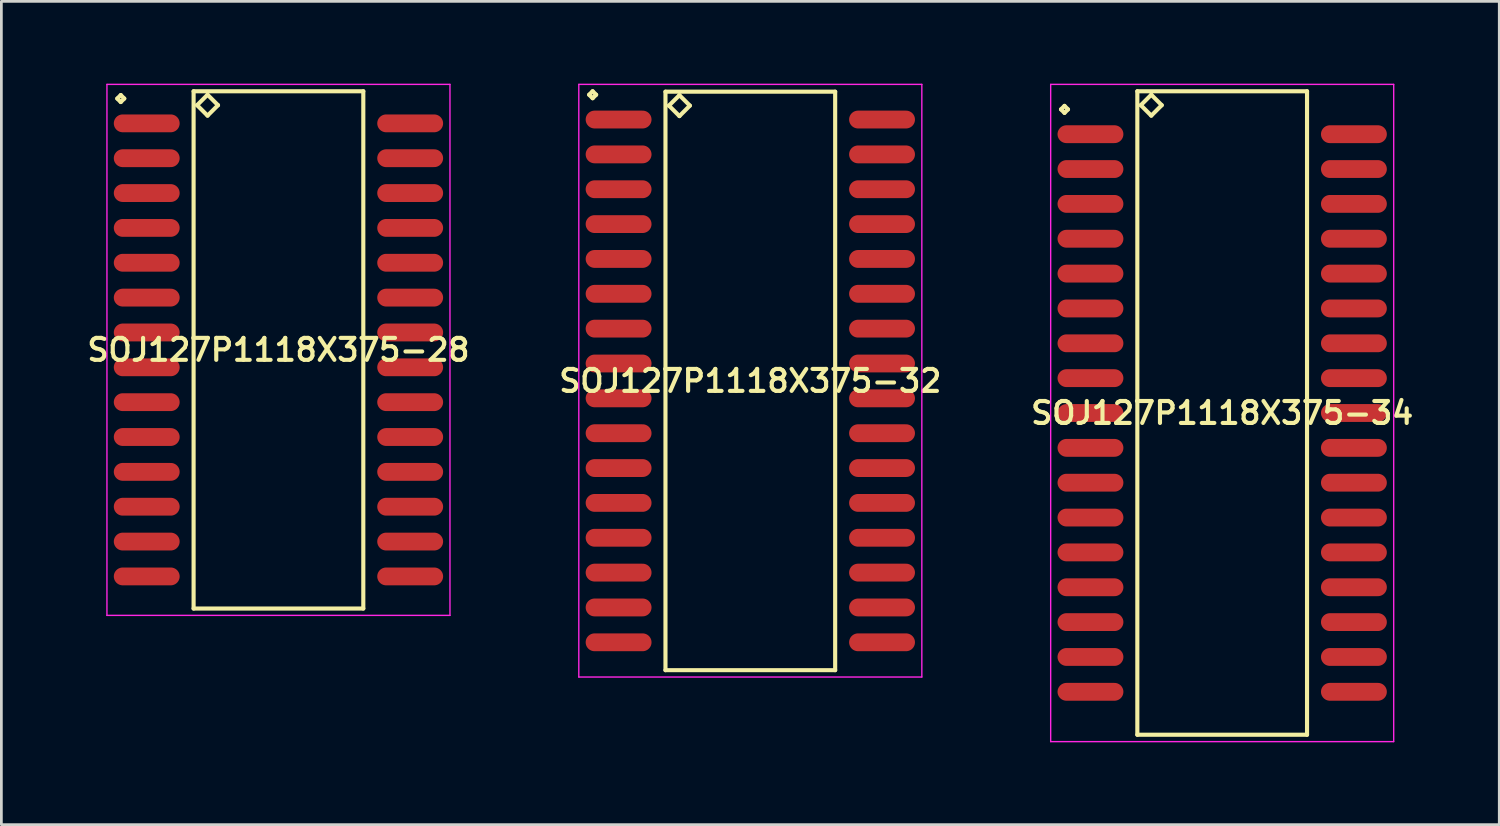
<source format=kicad_pcb>
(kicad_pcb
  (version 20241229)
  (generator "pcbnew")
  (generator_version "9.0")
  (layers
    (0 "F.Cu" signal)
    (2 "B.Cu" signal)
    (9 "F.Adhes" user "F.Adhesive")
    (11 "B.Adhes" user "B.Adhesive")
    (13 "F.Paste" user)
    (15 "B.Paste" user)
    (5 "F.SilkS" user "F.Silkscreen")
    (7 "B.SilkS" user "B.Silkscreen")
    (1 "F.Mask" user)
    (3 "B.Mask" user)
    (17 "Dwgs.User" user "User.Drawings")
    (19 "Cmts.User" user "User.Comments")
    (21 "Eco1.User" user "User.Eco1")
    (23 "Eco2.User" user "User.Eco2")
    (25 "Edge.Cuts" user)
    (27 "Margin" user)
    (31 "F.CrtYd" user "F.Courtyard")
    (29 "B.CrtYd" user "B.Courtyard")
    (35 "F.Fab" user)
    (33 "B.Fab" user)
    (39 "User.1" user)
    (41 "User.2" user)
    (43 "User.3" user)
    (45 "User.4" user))
  (footprint "SOJ127P1118X375-28"
    (layer "F.Cu")
    (at 7.097 9.7)
    (property "Reference" "SOJ127P1118X375-28" (at 0 0 0) (layer "F.SilkS") (effects (font (size 0.8 0.8) (thickness 0.15))))
    (attr smd)
    (fp_line (start -5.873 -9.159) (end -5.746 -9.286) (stroke (width 0.15) (type solid)) (layer "F.SilkS"))
    (fp_line (start -5.746 -9.286) (end -5.619 -9.159) (stroke (width 0.15) (type solid)) (layer "F.SilkS"))
    (fp_line (start -5.746 -9.032) (end -5.873 -9.159) (stroke (width 0.15) (type solid)) (layer "F.SilkS"))
    (fp_line (start -5.619 -9.159) (end -5.746 -9.032) (stroke (width 0.15) (type solid)) (layer "F.SilkS"))
    (fp_line (start -3.092 -9.425) (end -3.092 9.425) (stroke (width 0.15) (type solid)) (layer "F.SilkS"))
    (fp_line (start -3.092 9.425) (end 3.092 9.425) (stroke (width 0.15) (type solid)) (layer "F.SilkS"))
    (fp_line (start -2.965 -8.917) (end -2.584 -9.298) (stroke (width 0.15) (type solid)) (layer "F.SilkS"))
    (fp_line (start -2.584 -9.298) (end -2.203 -8.917) (stroke (width 0.15) (type solid)) (layer "F.SilkS"))
    (fp_line (start -2.584 -8.536) (end -2.965 -8.917) (stroke (width 0.15) (type solid)) (layer "F.SilkS"))
    (fp_line (start -2.203 -8.917) (end -2.584 -8.536) (stroke (width 0.15) (type solid)) (layer "F.SilkS"))
    (fp_line (start 3.092 -9.425) (end -3.092 -9.425) (stroke (width 0.15) (type solid)) (layer "F.SilkS"))
    (fp_line (start 3.092 9.425) (end 3.092 -9.425) (stroke (width 0.15) (type solid)) (layer "F.SilkS"))
    (fp_line (start -6.25 -9.675) (end 6.25 -9.675) (stroke (width 0.05) (type solid)) (layer "F.CrtYd"))
    (fp_line (start -6.25 9.675) (end -6.25 -9.675) (stroke (width 0.05) (type solid)) (layer "F.CrtYd"))
    (fp_line (start 6.25 -9.675) (end 6.25 9.675) (stroke (width 0.05) (type solid)) (layer "F.CrtYd"))
    (fp_line (start 6.25 9.675) (end -6.25 9.675) (stroke (width 0.05) (type solid)) (layer "F.CrtYd"))
    (pad "1" smd oval (at -4.8 -8.255) (size 2.4 0.65) (layers "F.Cu" "F.Mask" "F.Paste"))
    (pad "2" smd oval (at -4.8 -6.985) (size 2.4 0.65) (layers "F.Cu" "F.Mask" "F.Paste"))
    (pad "3" smd oval (at -4.8 -5.715) (size 2.4 0.65) (layers "F.Cu" "F.Mask" "F.Paste"))
    (pad "4" smd oval (at -4.8 -4.445) (size 2.4 0.65) (layers "F.Cu" "F.Mask" "F.Paste"))
    (pad "5" smd oval (at -4.8 -3.175) (size 2.4 0.65) (layers "F.Cu" "F.Mask" "F.Paste"))
    (pad "6" smd oval (at -4.8 -1.905) (size 2.4 0.65) (layers "F.Cu" "F.Mask" "F.Paste"))
    (pad "7" smd oval (at -4.8 -0.635) (size 2.4 0.65) (layers "F.Cu" "F.Mask" "F.Paste"))
    (pad "8" smd oval (at -4.8 0.635) (size 2.4 0.65) (layers "F.Cu" "F.Mask" "F.Paste"))
    (pad "9" smd oval (at -4.8 1.905) (size 2.4 0.65) (layers "F.Cu" "F.Mask" "F.Paste"))
    (pad "10" smd oval (at -4.8 3.175) (size 2.4 0.65) (layers "F.Cu" "F.Mask" "F.Paste"))
    (pad "11" smd oval (at -4.8 4.445) (size 2.4 0.65) (layers "F.Cu" "F.Mask" "F.Paste"))
    (pad "12" smd oval (at -4.8 5.715) (size 2.4 0.65) (layers "F.Cu" "F.Mask" "F.Paste"))
    (pad "13" smd oval (at -4.8 6.985) (size 2.4 0.65) (layers "F.Cu" "F.Mask" "F.Paste"))
    (pad "14" smd oval (at -4.8 8.255) (size 2.4 0.65) (layers "F.Cu" "F.Mask" "F.Paste"))
    (pad "15" smd oval (at 4.8 8.255) (size 2.4 0.65) (layers "F.Cu" "F.Mask" "F.Paste"))
    (pad "16" smd oval (at 4.8 6.985) (size 2.4 0.65) (layers "F.Cu" "F.Mask" "F.Paste"))
    (pad "17" smd oval (at 4.8 5.715) (size 2.4 0.65) (layers "F.Cu" "F.Mask" "F.Paste"))
    (pad "18" smd oval (at 4.8 4.445) (size 2.4 0.65) (layers "F.Cu" "F.Mask" "F.Paste"))
    (pad "19" smd oval (at 4.8 3.175) (size 2.4 0.65) (layers "F.Cu" "F.Mask" "F.Paste"))
    (pad "20" smd oval (at 4.8 1.905) (size 2.4 0.65) (layers "F.Cu" "F.Mask" "F.Paste"))
    (pad "21" smd oval (at 4.8 0.635) (size 2.4 0.65) (layers "F.Cu" "F.Mask" "F.Paste"))
    (pad "22" smd oval (at 4.8 -0.635) (size 2.4 0.65) (layers "F.Cu" "F.Mask" "F.Paste"))
    (pad "23" smd oval (at 4.8 -1.905) (size 2.4 0.65) (layers "F.Cu" "F.Mask" "F.Paste"))
    (pad "24" smd oval (at 4.8 -3.175) (size 2.4 0.65) (layers "F.Cu" "F.Mask" "F.Paste"))
    (pad "25" smd oval (at 4.8 -4.445) (size 2.4 0.65) (layers "F.Cu" "F.Mask" "F.Paste"))
    (pad "26" smd oval (at 4.8 -5.715) (size 2.4 0.65) (layers "F.Cu" "F.Mask" "F.Paste"))
    (pad "27" smd oval (at 4.8 -6.985) (size 2.4 0.65) (layers "F.Cu" "F.Mask" "F.Paste"))
    (pad "28" smd oval (at 4.8 -8.255) (size 2.4 0.65) (layers "F.Cu" "F.Mask" "F.Paste")))
  (footprint "SOJ127P1118X375-34"
    (layer "F.Cu")
    (at 41.487 12)
    (property "Reference" "SOJ127P1118X375-34" (at 0 0 0) (layer "F.SilkS") (effects (font (size 0.8 0.8) (thickness 0.15))))
    (attr smd)
    (fp_line (start -5.873 -11.064) (end -5.746 -11.191) (stroke (width 0.15) (type solid)) (layer "F.SilkS"))
    (fp_line (start -5.746 -11.191) (end -5.619 -11.064) (stroke (width 0.15) (type solid)) (layer "F.SilkS"))
    (fp_line (start -5.746 -10.937) (end -5.873 -11.064) (stroke (width 0.15) (type solid)) (layer "F.SilkS"))
    (fp_line (start -5.619 -11.064) (end -5.746 -10.937) (stroke (width 0.15) (type solid)) (layer "F.SilkS"))
    (fp_line (start -3.092 -11.725) (end -3.092 11.725) (stroke (width 0.15) (type solid)) (layer "F.SilkS"))
    (fp_line (start -3.092 11.725) (end 3.092 11.725) (stroke (width 0.15) (type solid)) (layer "F.SilkS"))
    (fp_line (start -2.965 -11.217) (end -2.584 -11.598) (stroke (width 0.15) (type solid)) (layer "F.SilkS"))
    (fp_line (start -2.584 -11.598) (end -2.203 -11.217) (stroke (width 0.15) (type solid)) (layer "F.SilkS"))
    (fp_line (start -2.584 -10.836) (end -2.965 -11.217) (stroke (width 0.15) (type solid)) (layer "F.SilkS"))
    (fp_line (start -2.203 -11.217) (end -2.584 -10.836) (stroke (width 0.15) (type solid)) (layer "F.SilkS"))
    (fp_line (start 3.092 -11.725) (end -3.092 -11.725) (stroke (width 0.15) (type solid)) (layer "F.SilkS"))
    (fp_line (start 3.092 11.725) (end 3.092 -11.725) (stroke (width 0.15) (type solid)) (layer "F.SilkS"))
    (fp_line (start -6.25 -11.975) (end 6.25 -11.975) (stroke (width 0.05) (type solid)) (layer "F.CrtYd"))
    (fp_line (start -6.25 11.975) (end -6.25 -11.975) (stroke (width 0.05) (type solid)) (layer "F.CrtYd"))
    (fp_line (start 6.25 -11.975) (end 6.25 11.975) (stroke (width 0.05) (type solid)) (layer "F.CrtYd"))
    (fp_line (start 6.25 11.975) (end -6.25 11.975) (stroke (width 0.05) (type solid)) (layer "F.CrtYd"))
    (pad "1" smd oval (at -4.8 -10.16) (size 2.4 0.65) (layers "F.Cu" "F.Mask" "F.Paste"))
    (pad "2" smd oval (at -4.8 -8.89) (size 2.4 0.65) (layers "F.Cu" "F.Mask" "F.Paste"))
    (pad "3" smd oval (at -4.8 -7.62) (size 2.4 0.65) (layers "F.Cu" "F.Mask" "F.Paste"))
    (pad "4" smd oval (at -4.8 -6.35) (size 2.4 0.65) (layers "F.Cu" "F.Mask" "F.Paste"))
    (pad "5" smd oval (at -4.8 -5.08) (size 2.4 0.65) (layers "F.Cu" "F.Mask" "F.Paste"))
    (pad "6" smd oval (at -4.8 -3.81) (size 2.4 0.65) (layers "F.Cu" "F.Mask" "F.Paste"))
    (pad "7" smd oval (at -4.8 -2.54) (size 2.4 0.65) (layers "F.Cu" "F.Mask" "F.Paste"))
    (pad "8" smd oval (at -4.8 -1.27) (size 2.4 0.65) (layers "F.Cu" "F.Mask" "F.Paste"))
    (pad "9" smd oval (at -4.8 0) (size 2.4 0.65) (layers "F.Cu" "F.Mask" "F.Paste"))
    (pad "10" smd oval (at -4.8 1.27) (size 2.4 0.65) (layers "F.Cu" "F.Mask" "F.Paste"))
    (pad "11" smd oval (at -4.8 2.54) (size 2.4 0.65) (layers "F.Cu" "F.Mask" "F.Paste"))
    (pad "12" smd oval (at -4.8 3.81) (size 2.4 0.65) (layers "F.Cu" "F.Mask" "F.Paste"))
    (pad "13" smd oval (at -4.8 5.08) (size 2.4 0.65) (layers "F.Cu" "F.Mask" "F.Paste"))
    (pad "14" smd oval (at -4.8 6.35) (size 2.4 0.65) (layers "F.Cu" "F.Mask" "F.Paste"))
    (pad "15" smd oval (at -4.8 7.62) (size 2.4 0.65) (layers "F.Cu" "F.Mask" "F.Paste"))
    (pad "16" smd oval (at -4.8 8.89) (size 2.4 0.65) (layers "F.Cu" "F.Mask" "F.Paste"))
    (pad "17" smd oval (at -4.8 10.16) (size 2.4 0.65) (layers "F.Cu" "F.Mask" "F.Paste"))
    (pad "18" smd oval (at 4.8 10.16) (size 2.4 0.65) (layers "F.Cu" "F.Mask" "F.Paste"))
    (pad "19" smd oval (at 4.8 8.89) (size 2.4 0.65) (layers "F.Cu" "F.Mask" "F.Paste"))
    (pad "20" smd oval (at 4.8 7.62) (size 2.4 0.65) (layers "F.Cu" "F.Mask" "F.Paste"))
    (pad "21" smd oval (at 4.8 6.35) (size 2.4 0.65) (layers "F.Cu" "F.Mask" "F.Paste"))
    (pad "22" smd oval (at 4.8 5.08) (size 2.4 0.65) (layers "F.Cu" "F.Mask" "F.Paste"))
    (pad "23" smd oval (at 4.8 3.81) (size 2.4 0.65) (layers "F.Cu" "F.Mask" "F.Paste"))
    (pad "24" smd oval (at 4.8 2.54) (size 2.4 0.65) (layers "F.Cu" "F.Mask" "F.Paste"))
    (pad "25" smd oval (at 4.8 1.27) (size 2.4 0.65) (layers "F.Cu" "F.Mask" "F.Paste"))
    (pad "26" smd oval (at 4.8 0) (size 2.4 0.65) (layers "F.Cu" "F.Mask" "F.Paste"))
    (pad "27" smd oval (at 4.8 -1.27) (size 2.4 0.65) (layers "F.Cu" "F.Mask" "F.Paste"))
    (pad "28" smd oval (at 4.8 -2.54) (size 2.4 0.65) (layers "F.Cu" "F.Mask" "F.Paste"))
    (pad "29" smd oval (at 4.8 -3.81) (size 2.4 0.65) (layers "F.Cu" "F.Mask" "F.Paste"))
    (pad "30" smd oval (at 4.8 -5.08) (size 2.4 0.65) (layers "F.Cu" "F.Mask" "F.Paste"))
    (pad "31" smd oval (at 4.8 -6.35) (size 2.4 0.65) (layers "F.Cu" "F.Mask" "F.Paste"))
    (pad "32" smd oval (at 4.8 -7.62) (size 2.4 0.65) (layers "F.Cu" "F.Mask" "F.Paste"))
    (pad "33" smd oval (at 4.8 -8.89) (size 2.4 0.65) (layers "F.Cu" "F.Mask" "F.Paste"))
    (pad "34" smd oval (at 4.8 -10.16) (size 2.4 0.65) (layers "F.Cu" "F.Mask" "F.Paste")))
  (footprint "SOJ127P1118X375-32"
    (layer "F.Cu")
    (at 24.292 10.831)
    (property "Reference" "SOJ127P1118X375-32" (at 0 0 0) (layer "F.SilkS") (effects (font (size 0.8 0.8) (thickness 0.15))))
    (attr smd)
    (fp_line (start -5.873 -10.429) (end -5.746 -10.556) (stroke (width 0.15) (type solid)) (layer "F.SilkS"))
    (fp_line (start -5.746 -10.556) (end -5.619 -10.429) (stroke (width 0.15) (type solid)) (layer "F.SilkS"))
    (fp_line (start -5.746 -10.302) (end -5.873 -10.429) (stroke (width 0.15) (type solid)) (layer "F.SilkS"))
    (fp_line (start -5.619 -10.429) (end -5.746 -10.302) (stroke (width 0.15) (type solid)) (layer "F.SilkS"))
    (fp_line (start -3.092 -10.54) (end -3.092 10.54) (stroke (width 0.15) (type solid)) (layer "F.SilkS"))
    (fp_line (start -3.092 10.54) (end 3.092 10.54) (stroke (width 0.15) (type solid)) (layer "F.SilkS"))
    (fp_line (start -2.965 -10.032) (end -2.584 -10.413) (stroke (width 0.15) (type solid)) (layer "F.SilkS"))
    (fp_line (start -2.584 -10.413) (end -2.203 -10.032) (stroke (width 0.15) (type solid)) (layer "F.SilkS"))
    (fp_line (start -2.584 -9.651) (end -2.965 -10.032) (stroke (width 0.15) (type solid)) (layer "F.SilkS"))
    (fp_line (start -2.203 -10.032) (end -2.584 -9.651) (stroke (width 0.15) (type solid)) (layer "F.SilkS"))
    (fp_line (start 3.092 -10.54) (end -3.092 -10.54) (stroke (width 0.15) (type solid)) (layer "F.SilkS"))
    (fp_line (start 3.092 10.54) (end 3.092 -10.54) (stroke (width 0.15) (type solid)) (layer "F.SilkS"))
    (fp_line (start -6.25 -10.806) (end 6.25 -10.806) (stroke (width 0.05) (type solid)) (layer "F.CrtYd"))
    (fp_line (start -6.25 10.79) (end -6.25 -10.806) (stroke (width 0.05) (type solid)) (layer "F.CrtYd"))
    (fp_line (start 6.25 -10.806) (end 6.25 10.79) (stroke (width 0.05) (type solid)) (layer "F.CrtYd"))
    (fp_line (start 6.25 10.79) (end -6.25 10.79) (stroke (width 0.05) (type solid)) (layer "F.CrtYd"))
    (pad "1" smd oval (at -4.8 -9.525) (size 2.4 0.65) (layers "F.Cu" "F.Mask" "F.Paste"))
    (pad "2" smd oval (at -4.8 -8.255) (size 2.4 0.65) (layers "F.Cu" "F.Mask" "F.Paste"))
    (pad "3" smd oval (at -4.8 -6.985) (size 2.4 0.65) (layers "F.Cu" "F.Mask" "F.Paste"))
    (pad "4" smd oval (at -4.8 -5.715) (size 2.4 0.65) (layers "F.Cu" "F.Mask" "F.Paste"))
    (pad "5" smd oval (at -4.8 -4.445) (size 2.4 0.65) (layers "F.Cu" "F.Mask" "F.Paste"))
    (pad "6" smd oval (at -4.8 -3.175) (size 2.4 0.65) (layers "F.Cu" "F.Mask" "F.Paste"))
    (pad "7" smd oval (at -4.8 -1.905) (size 2.4 0.65) (layers "F.Cu" "F.Mask" "F.Paste"))
    (pad "8" smd oval (at -4.8 -0.635) (size 2.4 0.65) (layers "F.Cu" "F.Mask" "F.Paste"))
    (pad "9" smd oval (at -4.8 0.635) (size 2.4 0.65) (layers "F.Cu" "F.Mask" "F.Paste"))
    (pad "10" smd oval (at -4.8 1.905) (size 2.4 0.65) (layers "F.Cu" "F.Mask" "F.Paste"))
    (pad "11" smd oval (at -4.8 3.175) (size 2.4 0.65) (layers "F.Cu" "F.Mask" "F.Paste"))
    (pad "12" smd oval (at -4.8 4.445) (size 2.4 0.65) (layers "F.Cu" "F.Mask" "F.Paste"))
    (pad "13" smd oval (at -4.8 5.715) (size 2.4 0.65) (layers "F.Cu" "F.Mask" "F.Paste"))
    (pad "14" smd oval (at -4.8 6.985) (size 2.4 0.65) (layers "F.Cu" "F.Mask" "F.Paste"))
    (pad "15" smd oval (at -4.8 8.255) (size 2.4 0.65) (layers "F.Cu" "F.Mask" "F.Paste"))
    (pad "16" smd oval (at -4.8 9.525) (size 2.4 0.65) (layers "F.Cu" "F.Mask" "F.Paste"))
    (pad "17" smd oval (at 4.8 9.525) (size 2.4 0.65) (layers "F.Cu" "F.Mask" "F.Paste"))
    (pad "18" smd oval (at 4.8 8.255) (size 2.4 0.65) (layers "F.Cu" "F.Mask" "F.Paste"))
    (pad "19" smd oval (at 4.8 6.985) (size 2.4 0.65) (layers "F.Cu" "F.Mask" "F.Paste"))
    (pad "20" smd oval (at 4.8 5.715) (size 2.4 0.65) (layers "F.Cu" "F.Mask" "F.Paste"))
    (pad "21" smd oval (at 4.8 4.445) (size 2.4 0.65) (layers "F.Cu" "F.Mask" "F.Paste"))
    (pad "22" smd oval (at 4.8 3.175) (size 2.4 0.65) (layers "F.Cu" "F.Mask" "F.Paste"))
    (pad "23" smd oval (at 4.8 1.905) (size 2.4 0.65) (layers "F.Cu" "F.Mask" "F.Paste"))
    (pad "24" smd oval (at 4.8 0.635) (size 2.4 0.65) (layers "F.Cu" "F.Mask" "F.Paste"))
    (pad "25" smd oval (at 4.8 -0.635) (size 2.4 0.65) (layers "F.Cu" "F.Mask" "F.Paste"))
    (pad "26" smd oval (at 4.8 -1.905) (size 2.4 0.65) (layers "F.Cu" "F.Mask" "F.Paste"))
    (pad "27" smd oval (at 4.8 -3.175) (size 2.4 0.65) (layers "F.Cu" "F.Mask" "F.Paste"))
    (pad "28" smd oval (at 4.8 -4.445) (size 2.4 0.65) (layers "F.Cu" "F.Mask" "F.Paste"))
    (pad "29" smd oval (at 4.8 -5.715) (size 2.4 0.65) (layers "F.Cu" "F.Mask" "F.Paste"))
    (pad "30" smd oval (at 4.8 -6.985) (size 2.4 0.65) (layers "F.Cu" "F.Mask" "F.Paste"))
    (pad "31" smd oval (at 4.8 -8.255) (size 2.4 0.65) (layers "F.Cu" "F.Mask" "F.Paste"))
    (pad "32" smd oval (at 4.8 -9.525) (size 2.4 0.65) (layers "F.Cu" "F.Mask" "F.Paste")))
  (gr_rect
    (start -3 -3)
    (end 51.584 27)
    (stroke (width 0.1) (type default))
    (fill no)
    (layer "Edge.Cuts")))
</source>
